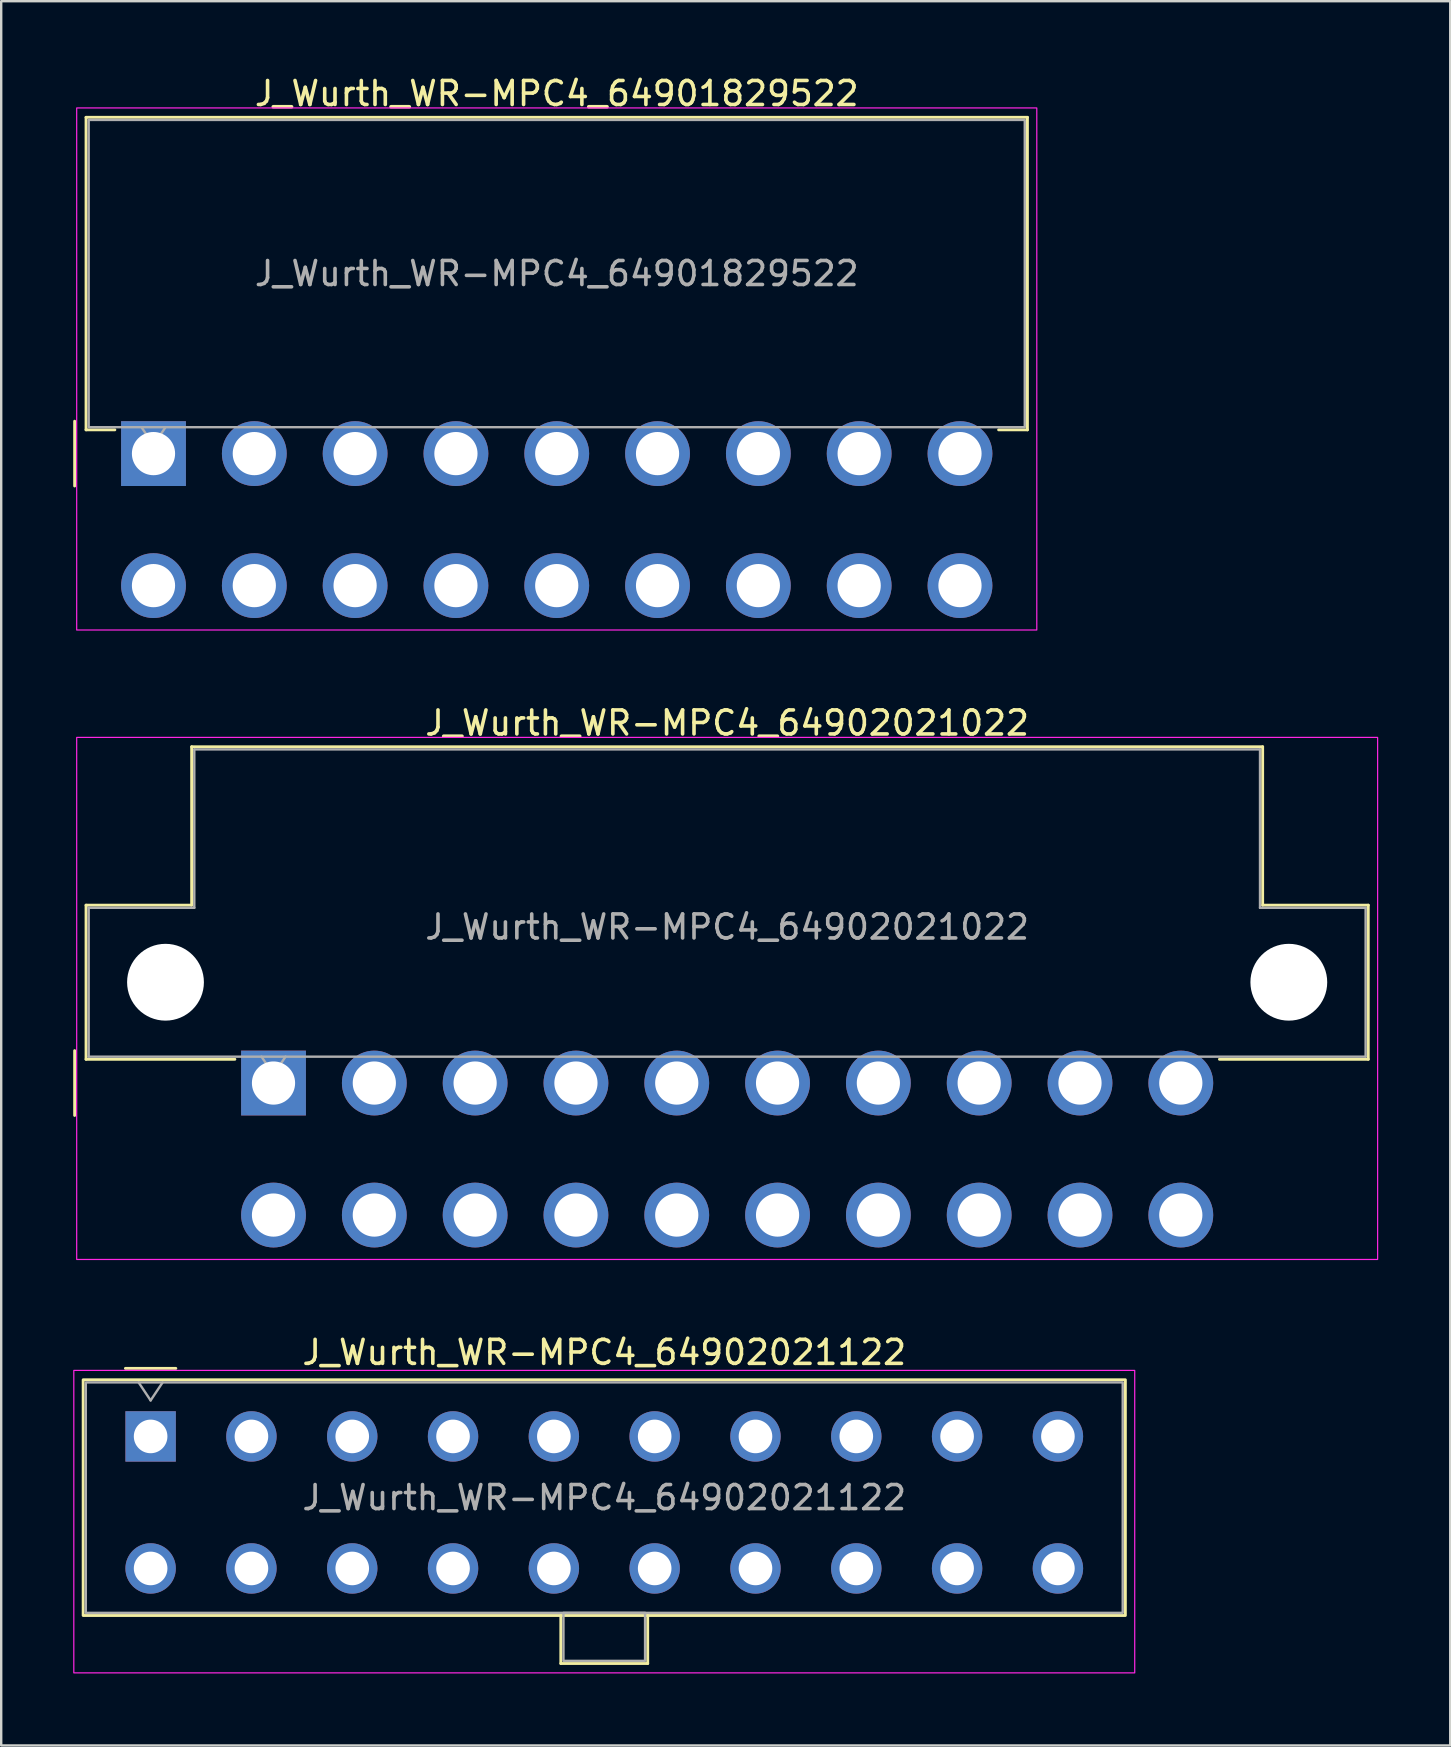
<source format=kicad_pcb>
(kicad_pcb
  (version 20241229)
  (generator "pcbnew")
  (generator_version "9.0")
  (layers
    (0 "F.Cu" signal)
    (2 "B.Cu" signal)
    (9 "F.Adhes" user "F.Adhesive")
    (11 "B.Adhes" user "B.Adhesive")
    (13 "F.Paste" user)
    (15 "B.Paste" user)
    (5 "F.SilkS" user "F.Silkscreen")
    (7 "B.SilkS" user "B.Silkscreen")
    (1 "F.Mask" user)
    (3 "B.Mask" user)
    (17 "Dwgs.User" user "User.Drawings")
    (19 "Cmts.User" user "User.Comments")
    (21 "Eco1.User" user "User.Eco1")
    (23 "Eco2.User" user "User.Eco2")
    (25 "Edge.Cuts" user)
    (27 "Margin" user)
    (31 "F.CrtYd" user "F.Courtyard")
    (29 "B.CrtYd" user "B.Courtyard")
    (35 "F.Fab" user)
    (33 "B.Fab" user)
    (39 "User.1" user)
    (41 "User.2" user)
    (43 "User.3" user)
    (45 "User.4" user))
  (footprint "J_Wurth_WR-MPC4_64901829522"
    (layer "F.Cu")
    (at 3.345 15.848)
    (property "Reference" "J_Wurth_WR-MPC4_64901829522" (at 16.8 -15 0) (unlocked yes) (layer "F.SilkS") (effects (font (size 1 1) (thickness 0.15))))
    (attr through_hole)
    (fp_line (start -3.285 -1.35) (end -3.285 1.35) (stroke (width 0.12) (type solid)) (layer "F.SilkS"))
    (fp_line (start -2.81 -14.01) (end 36.41 -14.01) (stroke (width 0.12) (type solid)) (layer "F.SilkS"))
    (fp_line (start -2.81 -0.99) (end -2.81 -14.01) (stroke (width 0.12) (type default)) (layer "F.SilkS"))
    (fp_line (start -1.61 -0.99) (end -2.81 -0.99) (stroke (width 0.12) (type solid)) (layer "F.SilkS"))
    (fp_line (start 36.41 -14.01) (end 36.41 -0.99) (stroke (width 0.12) (type solid)) (layer "F.SilkS"))
    (fp_line (start 36.41 -0.99) (end 35.21 -0.99) (stroke (width 0.12) (type solid)) (layer "F.SilkS"))
    (fp_rect (start -3.2 -14.4) (end 36.8 7.35) (stroke (width 0.05) (type solid)) (fill no) (layer "F.CrtYd"))
    (fp_line (start 0 -0.35) (end -0.5 -1.1) (stroke (width 0.1) (type solid)) (layer "F.Fab"))
    (fp_line (start 0 -0.35) (end 0.5 -1.1) (stroke (width 0.1) (type solid)) (layer "F.Fab"))
    (fp_rect (start -2.7 -13.9) (end 36.3 -1.1) (stroke (width 0.1) (type solid)) (fill no) (layer "F.Fab"))
    (fp_text user "${REFERENCE}" (at 16.8 -7.5 0) (unlocked yes) (layer "F.Fab") (effects (font (size 1 1) (thickness 0.15))))
    (pad "1" thru_hole rect (at 0 0 180) (size 2.7 2.7) (drill 1.8) (layers "*.Cu" "*.Mask"))
    (pad "2" thru_hole circle (at 4.2 0 180) (size 2.7 2.7) (drill 1.8) (layers "*.Cu" "*.Mask"))
    (pad "3" thru_hole circle (at 8.4 0 180) (size 2.7 2.7) (drill 1.8) (layers "*.Cu" "*.Mask"))
    (pad "4" thru_hole circle (at 12.6 0 180) (size 2.7 2.7) (drill 1.8) (layers "*.Cu" "*.Mask"))
    (pad "5" thru_hole circle (at 16.8 0 180) (size 2.7 2.7) (drill 1.8) (layers "*.Cu" "*.Mask"))
    (pad "6" thru_hole circle (at 21 0 180) (size 2.7 2.7) (drill 1.8) (layers "*.Cu" "*.Mask"))
    (pad "7" thru_hole circle (at 25.2 0 180) (size 2.7 2.7) (drill 1.8) (layers "*.Cu" "*.Mask"))
    (pad "8" thru_hole circle (at 29.4 0 180) (size 2.7 2.7) (drill 1.8) (layers "*.Cu" "*.Mask"))
    (pad "9" thru_hole circle (at 33.6 0 180) (size 2.7 2.7) (drill 1.8) (layers "*.Cu" "*.Mask"))
    (pad "10" thru_hole circle (at 0 5.5 180) (size 2.7 2.7) (drill 1.8) (layers "*.Cu" "*.Mask"))
    (pad "11" thru_hole circle (at 4.2 5.5 180) (size 2.7 2.7) (drill 1.8) (layers "*.Cu" "*.Mask"))
    (pad "12" thru_hole circle (at 8.4 5.5 180) (size 2.7 2.7) (drill 1.8) (layers "*.Cu" "*.Mask"))
    (pad "13" thru_hole circle (at 12.6 5.5 180) (size 2.7 2.7) (drill 1.8) (layers "*.Cu" "*.Mask"))
    (pad "14" thru_hole circle (at 16.8 5.5 180) (size 2.7 2.7) (drill 1.8) (layers "*.Cu" "*.Mask"))
    (pad "15" thru_hole circle (at 21 5.5 180) (size 2.7 2.7) (drill 1.8) (layers "*.Cu" "*.Mask"))
    (pad "16" thru_hole circle (at 25.2 5.5 180) (size 2.7 2.7) (drill 1.8) (layers "*.Cu" "*.Mask"))
    (pad "17" thru_hole circle (at 29.4 5.5 180) (size 2.7 2.7) (drill 1.8) (layers "*.Cu" "*.Mask"))
    (pad "18" thru_hole circle (at 33.6 5.5 180) (size 2.7 2.7) (drill 1.8) (layers "*.Cu" "*.Mask")))
  (footprint "J_Wurth_WR-MPC4_64902021022"
    (layer "F.Cu")
    (at 8.345 42.072)
    (property "Reference" "J_Wurth_WR-MPC4_64902021022" (at 18.9 -15 0) (unlocked yes) (layer "F.SilkS") (effects (font (size 1 1) (thickness 0.15))))
    (attr through_hole)
    (fp_line (start -8.285 -1.35) (end -8.285 1.35) (stroke (width 0.12) (type solid)) (layer "F.SilkS"))
    (fp_line (start -7.81 -7.41) (end -3.41 -7.41) (stroke (width 0.12) (type default)) (layer "F.SilkS"))
    (fp_line (start -7.81 -0.99) (end -7.81 -7.41) (stroke (width 0.12) (type default)) (layer "F.SilkS"))
    (fp_line (start -7.81 -0.99) (end -1.61 -0.99) (stroke (width 0.12) (type solid)) (layer "F.SilkS"))
    (fp_line (start -3.41 -14.01) (end -3.41 -7.41) (stroke (width 0.12) (type solid)) (layer "F.SilkS"))
    (fp_line (start 39.41 -0.99) (end 45.61 -0.99) (stroke (width 0.12) (type solid)) (layer "F.SilkS"))
    (fp_line (start 41.21 -14.01) (end -3.41 -14.01) (stroke (width 0.12) (type solid)) (layer "F.SilkS"))
    (fp_line (start 41.21 -7.41) (end 41.21 -14.01) (stroke (width 0.12) (type solid)) (layer "F.SilkS"))
    (fp_line (start 45.61 -7.41) (end 41.21 -7.41) (stroke (width 0.12) (type default)) (layer "F.SilkS"))
    (fp_line (start 45.61 -0.99) (end 45.61 -7.41) (stroke (width 0.12) (type default)) (layer "F.SilkS"))
    (fp_rect (start -8.2 -14.4) (end 46 7.35) (stroke (width 0.05) (type solid)) (fill no) (layer "F.CrtYd"))
    (fp_line (start -7.7 -1.1) (end -7.7 -7.3) (stroke (width 0.1) (type default)) (layer "F.Fab"))
    (fp_line (start -7.7 -1.1) (end 45.5 -1.1) (stroke (width 0.1) (type solid)) (layer "F.Fab"))
    (fp_line (start -3.3 -13.9) (end -3.3 -7.3) (stroke (width 0.1) (type solid)) (layer "F.Fab"))
    (fp_line (start -3.3 -7.3) (end -7.7 -7.3) (stroke (width 0.1) (type default)) (layer "F.Fab"))
    (fp_line (start 0 -0.35) (end -0.5 -1.1) (stroke (width 0.1) (type solid)) (layer "F.Fab"))
    (fp_line (start 0 -0.35) (end 0.5 -1.1) (stroke (width 0.1) (type solid)) (layer "F.Fab"))
    (fp_line (start 41.1 -13.9) (end -3.3 -13.9) (stroke (width 0.1) (type default)) (layer "F.Fab"))
    (fp_line (start 41.1 -7.3) (end 41.1 -13.9) (stroke (width 0.1) (type solid)) (layer "F.Fab"))
    (fp_line (start 41.1 -7.3) (end 45.5 -7.3) (stroke (width 0.1) (type default)) (layer "F.Fab"))
    (fp_line (start 45.5 -1.1) (end 45.5 -7.3) (stroke (width 0.1) (type default)) (layer "F.Fab"))
    (fp_text user "${REFERENCE}" (at 18.9 -6.5 0) (unlocked yes) (layer "F.Fab") (effects (font (size 1 1) (thickness 0.15))))
    (pad "" np_thru_hole circle (at -4.5 -4.2) (size 3.2 3.2) (drill 3.2) (layers "*.Cu" "*.Mask"))
    (pad "" np_thru_hole circle (at 42.3 -4.2) (size 3.2 3.2) (drill 3.2) (layers "*.Cu" "*.Mask"))
    (pad "1" thru_hole rect (at 0 0 180) (size 2.7 2.7) (drill 1.8) (layers "*.Cu" "*.Mask"))
    (pad "2" thru_hole circle (at 4.2 0 180) (size 2.7 2.7) (drill 1.8) (layers "*.Cu" "*.Mask"))
    (pad "3" thru_hole circle (at 8.4 0 180) (size 2.7 2.7) (drill 1.8) (layers "*.Cu" "*.Mask"))
    (pad "4" thru_hole circle (at 12.6 0 180) (size 2.7 2.7) (drill 1.8) (layers "*.Cu" "*.Mask"))
    (pad "5" thru_hole circle (at 16.8 0 180) (size 2.7 2.7) (drill 1.8) (layers "*.Cu" "*.Mask"))
    (pad "6" thru_hole circle (at 21 0 180) (size 2.7 2.7) (drill 1.8) (layers "*.Cu" "*.Mask"))
    (pad "7" thru_hole circle (at 25.2 0 180) (size 2.7 2.7) (drill 1.8) (layers "*.Cu" "*.Mask"))
    (pad "8" thru_hole circle (at 29.4 0 180) (size 2.7 2.7) (drill 1.8) (layers "*.Cu" "*.Mask"))
    (pad "9" thru_hole circle (at 33.6 0 180) (size 2.7 2.7) (drill 1.8) (layers "*.Cu" "*.Mask"))
    (pad "10" thru_hole circle (at 37.8 0 180) (size 2.7 2.7) (drill 1.8) (layers "*.Cu" "*.Mask"))
    (pad "11" thru_hole circle (at 0 5.5 180) (size 2.7 2.7) (drill 1.8) (layers "*.Cu" "*.Mask"))
    (pad "12" thru_hole circle (at 4.2 5.5 180) (size 2.7 2.7) (drill 1.8) (layers "*.Cu" "*.Mask"))
    (pad "13" thru_hole circle (at 8.4 5.5 180) (size 2.7 2.7) (drill 1.8) (layers "*.Cu" "*.Mask"))
    (pad "14" thru_hole circle (at 12.6 5.5 180) (size 2.7 2.7) (drill 1.8) (layers "*.Cu" "*.Mask"))
    (pad "15" thru_hole circle (at 16.8 5.5 180) (size 2.7 2.7) (drill 1.8) (layers "*.Cu" "*.Mask"))
    (pad "16" thru_hole circle (at 21 5.5 180) (size 2.7 2.7) (drill 1.8) (layers "*.Cu" "*.Mask"))
    (pad "17" thru_hole circle (at 25.2 5.5 180) (size 2.7 2.7) (drill 1.8) (layers "*.Cu" "*.Mask"))
    (pad "18" thru_hole circle (at 29.4 5.5 180) (size 2.7 2.7) (drill 1.8) (layers "*.Cu" "*.Mask"))
    (pad "19" thru_hole circle (at 33.6 5.5 180) (size 2.7 2.7) (drill 1.8) (layers "*.Cu" "*.Mask"))
    (pad "20" thru_hole circle (at 37.8 5.5 180) (size 2.7 2.7) (drill 1.8) (layers "*.Cu" "*.Mask")))
  (footprint "J_Wurth_WR-MPC4_64902021122"
    (layer "F.Cu")
    (at 3.225 56.795)
    (property "Reference" "J_Wurth_WR-MPC4_64902021122" (at 18.9 -3.5 0) (unlocked yes) (layer "F.SilkS") (effects (font (size 1 1) (thickness 0.15))))
    (attr through_hole)
    (fp_line (start 1.05 -2.835) (end -1.05 -2.835) (stroke (width 0.12) (type solid)) (layer "F.SilkS"))
    (fp_line (start 17.09 9.46) (end 17.09 7.46) (stroke (width 0.12) (type default)) (layer "F.SilkS"))
    (fp_line (start 20.71 7.46) (end 20.71 9.46) (stroke (width 0.12) (type default)) (layer "F.SilkS"))
    (fp_line (start 20.71 9.46) (end 17.09 9.46) (stroke (width 0.12) (type default)) (layer "F.SilkS"))
    (fp_rect (start -2.81 -2.36) (end 40.61 7.46) (stroke (width 0.12) (type solid)) (fill no) (layer "F.SilkS"))
    (fp_rect (start -3.2 -2.75) (end 41 9.85) (stroke (width 0.05) (type solid)) (fill no) (layer "F.CrtYd"))
    (fp_line (start 0 -1.5) (end -0.5 -2.25) (stroke (width 0.1) (type solid)) (layer "F.Fab"))
    (fp_line (start 0 -1.5) (end 0.5 -2.25) (stroke (width 0.1) (type solid)) (layer "F.Fab"))
    (fp_rect (start -2.7 -2.25) (end 40.5 7.35) (stroke (width 0.1) (type solid)) (fill no) (layer "F.Fab"))
    (fp_rect (start 17.2 7.35) (end 20.6 9.35) (stroke (width 0.1) (type solid)) (fill no) (layer "F.Fab"))
    (fp_text user "${REFERENCE}" (at 18.9 2.55 0) (unlocked yes) (layer "F.Fab") (effects (font (size 1 1) (thickness 0.15))))
    (pad "1" thru_hole rect (at 0 0 180) (size 2.1 2.1) (drill 1.4) (layers "*.Cu" "*.Mask"))
    (pad "2" thru_hole circle (at 4.2 0 180) (size 2.1 2.1) (drill 1.4) (layers "*.Cu" "*.Mask"))
    (pad "3" thru_hole circle (at 8.4 0 180) (size 2.1 2.1) (drill 1.4) (layers "*.Cu" "*.Mask"))
    (pad "4" thru_hole circle (at 12.6 0 180) (size 2.1 2.1) (drill 1.4) (layers "*.Cu" "*.Mask"))
    (pad "5" thru_hole circle (at 16.8 0 180) (size 2.1 2.1) (drill 1.4) (layers "*.Cu" "*.Mask"))
    (pad "6" thru_hole circle (at 21 0 180) (size 2.1 2.1) (drill 1.4) (layers "*.Cu" "*.Mask"))
    (pad "7" thru_hole circle (at 25.2 0 180) (size 2.1 2.1) (drill 1.4) (layers "*.Cu" "*.Mask"))
    (pad "8" thru_hole circle (at 29.4 0 180) (size 2.1 2.1) (drill 1.4) (layers "*.Cu" "*.Mask"))
    (pad "9" thru_hole circle (at 33.6 0 180) (size 2.1 2.1) (drill 1.4) (layers "*.Cu" "*.Mask"))
    (pad "10" thru_hole circle (at 37.8 0 180) (size 2.1 2.1) (drill 1.4) (layers "*.Cu" "*.Mask"))
    (pad "11" thru_hole circle (at 0 5.5 180) (size 2.1 2.1) (drill 1.4) (layers "*.Cu" "*.Mask"))
    (pad "12" thru_hole circle (at 4.2 5.5 180) (size 2.1 2.1) (drill 1.4) (layers "*.Cu" "*.Mask"))
    (pad "13" thru_hole circle (at 8.4 5.5 180) (size 2.1 2.1) (drill 1.4) (layers "*.Cu" "*.Mask"))
    (pad "14" thru_hole circle (at 12.6 5.5 180) (size 2.1 2.1) (drill 1.4) (layers "*.Cu" "*.Mask"))
    (pad "15" thru_hole circle (at 16.8 5.5 180) (size 2.1 2.1) (drill 1.4) (layers "*.Cu" "*.Mask"))
    (pad "16" thru_hole circle (at 21 5.5 180) (size 2.1 2.1) (drill 1.4) (layers "*.Cu" "*.Mask"))
    (pad "17" thru_hole circle (at 25.2 5.5 180) (size 2.1 2.1) (drill 1.4) (layers "*.Cu" "*.Mask"))
    (pad "18" thru_hole circle (at 29.4 5.5 180) (size 2.1 2.1) (drill 1.4) (layers "*.Cu" "*.Mask"))
    (pad "19" thru_hole circle (at 33.6 5.5 180) (size 2.1 2.1) (drill 1.4) (layers "*.Cu" "*.Mask"))
    (pad "20" thru_hole circle (at 37.8 5.5 180) (size 2.1 2.1) (drill 1.4) (layers "*.Cu" "*.Mask")))
  (gr_rect
    (start -3 -3)
    (end 57.37 69.67)
    (stroke (width 0.1) (type default))
    (fill no)
    (layer "Edge.Cuts")))
</source>
